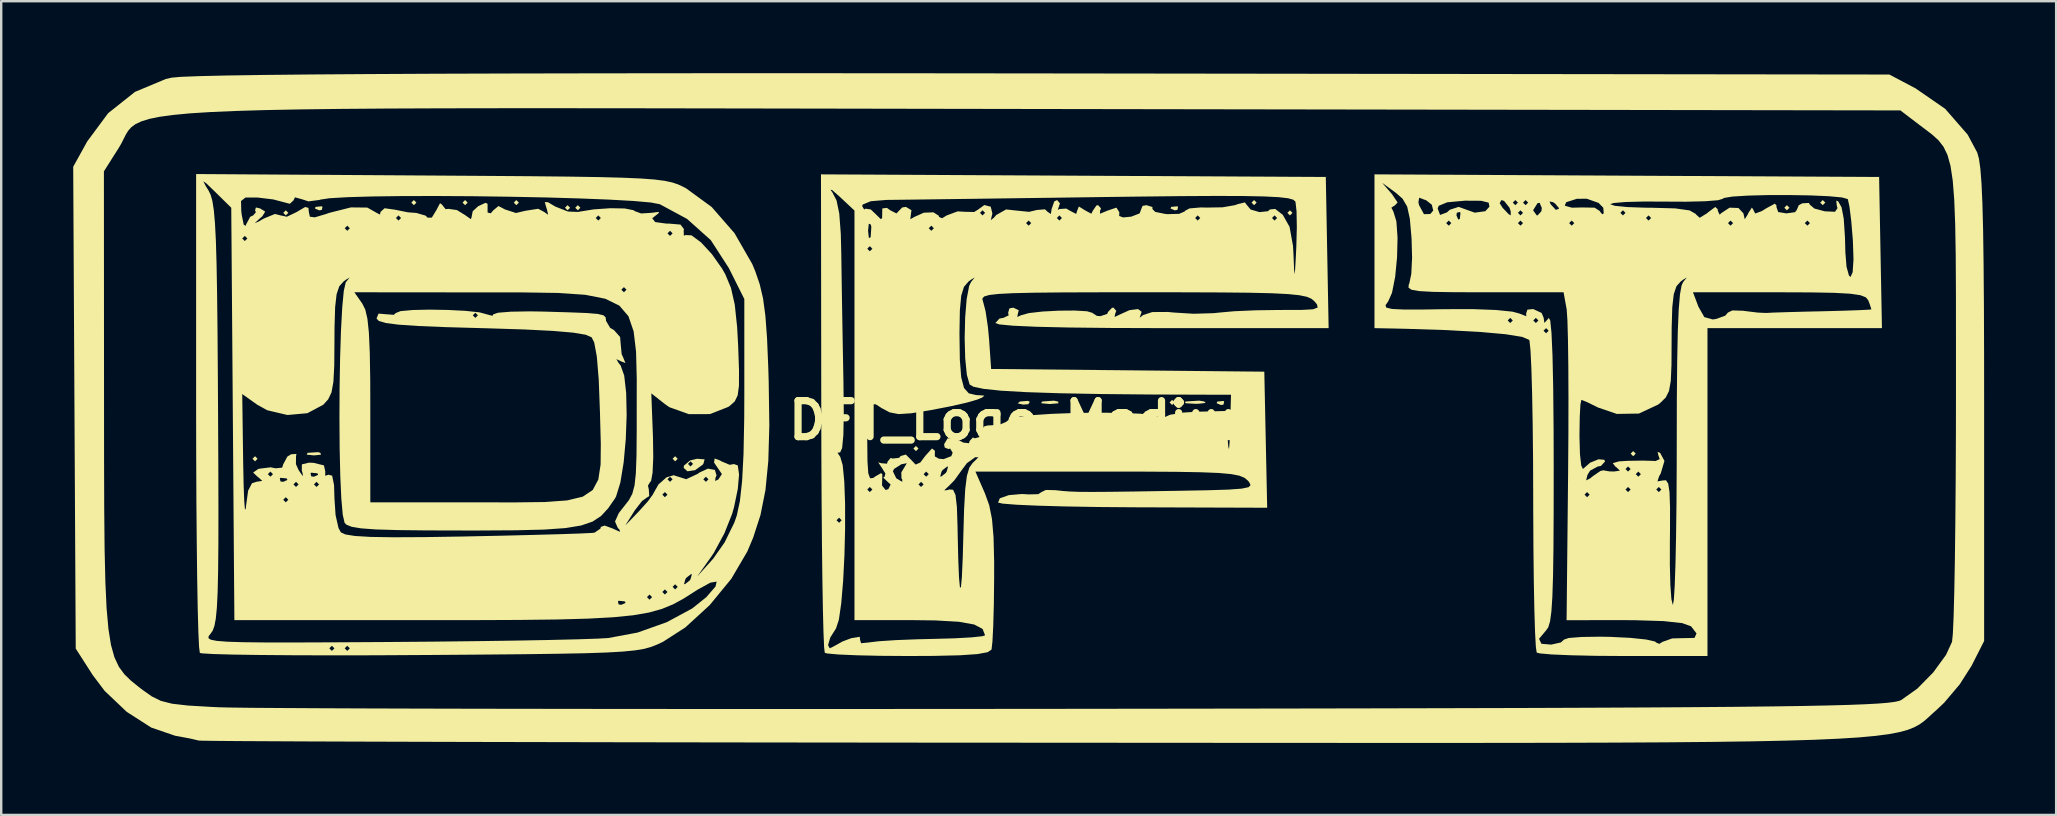
<source format=kicad_pcb>
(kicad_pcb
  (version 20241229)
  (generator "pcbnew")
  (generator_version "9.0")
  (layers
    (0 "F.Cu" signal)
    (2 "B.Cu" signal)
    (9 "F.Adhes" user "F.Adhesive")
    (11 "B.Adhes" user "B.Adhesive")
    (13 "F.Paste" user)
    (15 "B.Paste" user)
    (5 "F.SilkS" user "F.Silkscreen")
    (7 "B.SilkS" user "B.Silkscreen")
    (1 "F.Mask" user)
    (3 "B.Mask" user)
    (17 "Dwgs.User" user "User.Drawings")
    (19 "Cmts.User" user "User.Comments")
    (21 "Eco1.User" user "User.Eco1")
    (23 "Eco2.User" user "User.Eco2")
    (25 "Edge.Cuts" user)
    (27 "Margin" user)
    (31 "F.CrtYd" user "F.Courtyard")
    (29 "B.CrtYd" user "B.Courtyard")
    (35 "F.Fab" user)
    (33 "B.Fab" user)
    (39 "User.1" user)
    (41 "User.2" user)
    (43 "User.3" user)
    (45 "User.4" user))
  (footprint "DFT_Logo_Medium"
    (layer "F.Cu")
    (at 39.806 14.463)
    (property "Reference" "DFT_Logo_Medium" (at 0 0 0) (layer "F.SilkS") (effects (font (size 1.5 1.5) (thickness 0.3))))
    (attr board_only exclude_from_pos_files exclude_from_bom)
    (fp_poly (pts (xy -32.124 1.601) (xy -32.23 1.708) (xy -32.337 1.601) (xy -32.23 1.494)) (stroke (width 0) (type solid)) (fill yes) (layer "F.SilkS"))
    (fp_poly (pts (xy -30.843 -8.645) (xy -30.95 -8.538) (xy -31.056 -8.645) (xy -30.95 -8.751)) (stroke (width 0) (type solid)) (fill yes) (layer "F.SilkS"))
    (fp_poly (pts (xy -25.507 -9.071) (xy -25.613 -8.965) (xy -25.72 -9.071) (xy -25.613 -9.178)) (stroke (width 0) (type solid)) (fill yes) (layer "F.SilkS"))
    (fp_poly (pts (xy -23.372 -9.071) (xy -23.479 -8.965) (xy -23.586 -9.071) (xy -23.479 -9.178)) (stroke (width 0) (type solid)) (fill yes) (layer "F.SilkS"))
    (fp_poly (pts (xy -21.238 -9.071) (xy -21.345 -8.965) (xy -21.451 -9.071) (xy -21.345 -9.178)) (stroke (width 0) (type solid)) (fill yes) (layer "F.SilkS"))
    (fp_poly (pts (xy -19.103 -8.858) (xy -19.21 -8.751) (xy -19.317 -8.858) (xy -19.21 -8.965)) (stroke (width 0) (type solid)) (fill yes) (layer "F.SilkS"))
    (fp_poly (pts (xy -18.676 -8.858) (xy -18.783 -8.751) (xy -18.89 -8.858) (xy -18.783 -8.965)) (stroke (width 0) (type solid)) (fill yes) (layer "F.SilkS"))
    (fp_poly (pts (xy -14.621 1.601) (xy -14.728 1.708) (xy -14.834 1.601) (xy -14.728 1.494)) (stroke (width 0) (type solid)) (fill yes) (layer "F.SilkS"))
    (fp_poly (pts (xy -4.589 1.174) (xy -4.696 1.281) (xy -4.803 1.174) (xy -4.696 1.067)) (stroke (width 0) (type solid)) (fill yes) (layer "F.SilkS"))
    (fp_poly (pts (xy 6.083 -0.747) (xy 5.976 -0.64) (xy 5.87 -0.747) (xy 5.976 -0.854)) (stroke (width 0) (type solid)) (fill yes) (layer "F.SilkS"))
    (fp_poly (pts (xy 9.498 -9.071) (xy 9.392 -8.965) (xy 9.285 -9.071) (xy 9.392 -9.178)) (stroke (width 0) (type solid)) (fill yes) (layer "F.SilkS"))
    (fp_poly (pts (xy 10.992 -8.645) (xy 10.886 -8.538) (xy 10.779 -8.645) (xy 10.886 -8.751)) (stroke (width 0) (type solid)) (fill yes) (layer "F.SilkS"))
    (fp_poly (pts (xy 25.293 1.387) (xy 25.187 1.494) (xy 25.08 1.387) (xy 25.187 1.281)) (stroke (width 0) (type solid)) (fill yes) (layer "F.SilkS"))
    (fp_poly (pts (xy 31.697 -8.858) (xy 31.59 -8.751) (xy 31.483 -8.858) (xy 31.59 -8.965)) (stroke (width 0) (type solid)) (fill yes) (layer "F.SilkS"))
    (fp_poly (pts (xy 33.191 -9.071) (xy 33.084 -8.965) (xy 32.977 -9.071) (xy 33.084 -9.178)) (stroke (width 0) (type solid)) (fill yes) (layer "F.SilkS"))
    (fp_poly (pts (xy -29.509 1.353) (xy -29.482 1.431) (xy -29.776 1.46) (xy -30.079 1.427) (xy -30.042 1.353) (xy -29.605 1.325)) (stroke (width 0) (type solid)) (fill yes) (layer "F.SilkS"))
    (fp_poly (pts (xy -29.42 -8.894) (xy -29.449 -8.767) (xy -29.562 -8.751) (xy -29.738 -8.829) (xy -29.704 -8.894) (xy -29.451 -8.919)) (stroke (width 0) (type solid)) (fill yes) (layer "F.SilkS"))
    (fp_poly (pts (xy 0.049 -0.769) (xy -0.015 -0.672) (xy -0.231 -0.657) (xy -0.459 -0.709) (xy -0.36 -0.786) (xy -0.027 -0.812)) (stroke (width 0) (type solid)) (fill yes) (layer "F.SilkS"))
    (fp_poly (pts (xy 6.225 -8.894) (xy 6.196 -8.767) (xy 6.083 -8.751) (xy 5.908 -8.829) (xy 5.941 -8.894) (xy 6.194 -8.919)) (stroke (width 0) (type solid)) (fill yes) (layer "F.SilkS"))
    (fp_poly (pts (xy 8.146 -0.783) (xy 8.117 -0.656) (xy 8.004 -0.64) (xy 7.829 -0.718) (xy 7.862 -0.783) (xy 8.115 -0.808)) (stroke (width 0) (type solid)) (fill yes) (layer "F.SilkS"))
    (fp_poly (pts (xy 1.231 -0.78) (xy 1.238 -0.71) (xy 0.904 -0.682) (xy 0.854 -0.682) (xy 0.523 -0.713) (xy 0.554 -0.778) (xy 0.591 -0.788) (xy 1.056 -0.82)) (stroke (width 0) (type solid)) (fill yes) (layer "F.SilkS"))
    (fp_poly (pts (xy 7.311 -0.787) (xy 7.377 -0.726) (xy 7.082 -0.692) (xy 6.937 -0.69) (xy 6.549 -0.712) (xy 6.503 -0.768) (xy 6.563 -0.787) (xy 7.105 -0.821)) (stroke (width 0) (type solid)) (fill yes) (layer "F.SilkS"))
    (fp_poly (pts (xy -13.5 1.625) (xy -13.551 1.81) (xy -13.584 1.85) (xy -13.898 2.076) (xy -14.215 2.122) (xy -14.373 1.982) (xy -14.36 1.884) (xy -14.276 1.814) (xy -14.194 1.814) (xy -14.087 1.921) (xy -13.981 1.814) (xy -14.087 1.708) (xy -14.194 1.814) (xy -14.276 1.814) (xy -14.105 1.67) (xy -13.812 1.6)) (stroke (width 0) (type solid)) (fill yes) (layer "F.SilkS"))
    (fp_poly (pts (xy -4.6 -14.46) (xy 0.64 -14.454) (xy 35.859 -14.408) (xy 36.952 -13.831) (xy 38.185 -12.979) (xy 39.12 -11.906) (xy 39.52 -11.159) (xy 39.591 -10.906) (xy 39.65 -10.49) (xy 39.698 -9.878) (xy 39.736 -9.038) (xy 39.765 -7.933) (xy 39.785 -6.532) (xy 39.799 -4.8) (xy 39.806 -2.703) (xy 39.808 -0.64) (xy 39.808 9.192) (xy 39.282 10.229) (xy 38.789 11.001) (xy 38.145 11.762) (xy 37.851 12.041) (xy 37.65 12.221) (xy 37.473 12.385) (xy 37.302 12.533) (xy 37.115 12.668) (xy 36.894 12.788) (xy 36.619 12.896) (xy 36.269 12.991) (xy 35.827 13.075) (xy 35.271 13.147) (xy 34.582 13.21) (xy 33.74 13.263) (xy 32.727 13.308) (xy 31.521 13.344) (xy 30.104 13.374) (xy 28.456 13.397) (xy 26.557 13.414) (xy 24.387 13.426) (xy 21.927 13.434) (xy 19.157 13.438) (xy 16.058 13.439) (xy 12.609 13.438) (xy 8.792 13.436) (xy 4.585 13.433) (xy 0.224 13.43) (xy -3.587 13.428) (xy -7.284 13.424) (xy -10.842 13.42) (xy -14.241 13.415) (xy -17.456 13.41) (xy -20.466 13.404) (xy -23.248 13.398) (xy -25.779 13.391) (xy -28.037 13.384) (xy -29.998 13.377) (xy -31.641 13.369) (xy -32.943 13.362) (xy -33.88 13.354) (xy -34.431 13.346) (xy -34.578 13.34) (xy -34.918 13.259) (xy -35.472 13.155) (xy -35.561 13.14) (xy -36.557 12.798) (xy -37.576 12.145) (xy -38.495 11.272) (xy -38.991 10.615) (xy -39.701 9.509) (xy -39.754 -0.528) (xy -39.805 -10.375) (xy -38.527 -10.375) (xy -38.522 -0.759) (xy -38.52 1.659) (xy -38.514 3.688) (xy -38.498 5.368) (xy -38.466 6.737) (xy -38.415 7.833) (xy -38.338 8.695) (xy -38.231 9.363) (xy -38.088 9.873) (xy -37.904 10.266) (xy -37.674 10.579) (xy -37.393 10.852) (xy -37.055 11.123) (xy -36.914 11.231) (xy -36.527 11.504) (xy -36.151 11.688) (xy -35.683 11.806) (xy -35.02 11.882) (xy -34.061 11.938) (xy -33.742 11.953) (xy -33.263 11.965) (xy -32.382 11.976) (xy -31.123 11.985) (xy -29.513 11.994) (xy -27.576 12.002) (xy -25.337 12.009) (xy -22.821 12.015) (xy -20.053 12.019) (xy -17.058 12.023) (xy -13.861 12.025) (xy -10.487 12.026) (xy -6.961 12.025) (xy -3.307 12.023) (xy 0.448 12.02) (xy 2.176 12.018) (xy 6.655 12.012) (xy 10.727 12.006) (xy 14.411 11.999) (xy 17.726 11.991) (xy 20.691 11.983) (xy 23.327 11.973) (xy 25.652 11.962) (xy 27.685 11.949) (xy 29.446 11.935) (xy 30.955 11.918) (xy 32.231 11.9) (xy 33.293 11.878) (xy 34.16 11.855) (xy 34.853 11.828) (xy 35.389 11.799) (xy 35.789 11.766) (xy 36.072 11.73) (xy 36.258 11.69) (xy 36.349 11.655) (xy 37.02 11.18) (xy 37.687 10.502) (xy 38.22 9.771) (xy 38.47 9.228) (xy 38.504 8.898) (xy 38.536 8.187) (xy 38.564 7.141) (xy 38.589 5.807) (xy 38.608 4.231) (xy 38.623 2.458) (xy 38.632 0.534) (xy 38.634 -0.97) (xy 38.634 -3.312) (xy 38.633 -5.267) (xy 38.624 -6.873) (xy 38.602 -8.171) (xy 38.562 -9.198) (xy 38.499 -9.996) (xy 38.407 -10.602) (xy 38.281 -11.056) (xy 38.116 -11.398) (xy 37.907 -11.667) (xy 37.647 -11.902) (xy 37.333 -12.143) (xy 37.107 -12.312) (xy 36.319 -12.913) (xy 0.444 -12.972) (xy -4.243 -12.98) (xy -8.522 -12.988) (xy -12.412 -12.995) (xy -15.931 -13.001) (xy -19.1 -13.004) (xy -21.937 -13.004) (xy -24.46 -13) (xy -26.689 -12.991) (xy -28.643 -12.976) (xy -30.34 -12.955) (xy -31.8 -12.927) (xy -33.042 -12.89) (xy -34.084 -12.845) (xy -34.946 -12.79) (xy -35.646 -12.724) (xy -36.203 -12.648) (xy -36.637 -12.559) (xy -36.966 -12.457) (xy -37.21 -12.342) (xy -37.386 -12.212) (xy -37.515 -12.067) (xy -37.614 -11.906) (xy -37.704 -11.728) (xy -37.803 -11.532) (xy -37.908 -11.352) (xy -38.527 -10.375) (xy -39.805 -10.375) (xy -39.806 -10.566) (xy -39.22 -11.624) (xy -38.35 -12.798) (xy -37.232 -13.685) (xy -35.946 -14.223) (xy -35.703 -14.278) (xy -35.331 -14.311) (xy -34.565 -14.341) (xy -33.401 -14.368) (xy -31.836 -14.391) (xy -29.87 -14.411) (xy -27.497 -14.427) (xy -24.717 -14.441) (xy -21.526 -14.451) (xy -17.921 -14.458) (xy -13.901 -14.462) (xy -9.461 -14.463)) (stroke (width 0) (type solid)) (fill yes) (layer "F.SilkS"))
    (fp_poly (pts (xy 24.92 -10.194) (xy 35.432 -10.139) (xy 35.491 -6.99) (xy 35.55 -3.842) (xy 31.916 -3.842) (xy 28.282 -3.842) (xy 28.282 2.988) (xy 28.282 9.818) (xy 24.795 9.818) (xy 23.616 9.81) (xy 22.59 9.787) (xy 21.791 9.753) (xy 21.294 9.709) (xy 21.167 9.676) (xy 21.131 9.435) (xy 21.098 8.82) (xy 21.069 7.887) (xy 21.046 6.689) (xy 21.03 5.282) (xy 21.022 3.717) (xy 21.021 3.219) (xy 21.015 1.612) (xy 20.999 0.137) (xy 20.975 -1.148) (xy 20.944 -2.189) (xy 20.907 -2.93) (xy 20.866 -3.316) (xy 20.854 -3.353) (xy 20.562 -3.477) (xy 19.873 -3.588) (xy 18.814 -3.683) (xy 17.861 -3.735) (xy 21.451 -3.735) (xy 21.558 -3.629) (xy 21.665 -3.735) (xy 21.558 -3.842) (xy 21.451 -3.735) (xy 17.861 -3.735) (xy 17.416 -3.76) (xy 15.705 -3.815) (xy 15.208 -3.826) (xy 14.408 -3.842) (xy 14.408 -4.162) (xy 19.957 -4.162) (xy 20.064 -4.055) (xy 20.171 -4.162) (xy 21.024 -4.162) (xy 21.131 -4.055) (xy 21.238 -4.162) (xy 21.131 -4.269) (xy 21.024 -4.162) (xy 20.171 -4.162) (xy 20.064 -4.269) (xy 19.957 -4.162) (xy 14.408 -4.162) (xy 14.408 -7.046) (xy 14.408 -9.896) (xy 14.728 -9.896) (xy 15.134 -9.43) (xy 15.371 -9.078) (xy 15.268 -8.965) (xy 15.112 -8.861) (xy 15.196 -8.698) (xy 15.321 -8.292) (xy 15.369 -7.61) (xy 15.349 -6.792) (xy 15.27 -5.979) (xy 15.138 -5.313) (xy 14.975 -4.947) (xy 14.867 -4.798) (xy 14.9 -4.698) (xy 15.135 -4.641) (xy 15.632 -4.617) (xy 16.45 -4.618) (xy 17.331 -4.632) (xy 18.505 -4.634) (xy 19.471 -4.598) (xy 20.153 -4.529) (xy 20.438 -4.453) (xy 20.734 -4.338) (xy 20.725 -4.448) (xy 20.779 -4.613) (xy 21.02 -4.637) (xy 21.371 -4.475) (xy 21.455 -4.277) (xy 21.487 -4.059) (xy 21.632 -4.218) (xy 21.665 -4.269) (xy 21.73 -4.167) (xy 21.783 -3.643) (xy 21.825 -2.703) (xy 21.854 -1.352) (xy 21.871 0.404) (xy 21.875 1.948) (xy 21.873 3.83) (xy 21.865 5.329) (xy 21.847 6.49) (xy 21.819 7.355) (xy 21.778 7.97) (xy 21.722 8.379) (xy 21.648 8.625) (xy 21.558 8.751) (xy 21.264 9.103) (xy 21.364 9.309) (xy 21.771 9.343) (xy 22.173 9.253) (xy 22.305 9.134) (xy 22.502 9.067) (xy 23.031 9.025) (xy 23.796 9.013) (xy 24.226 9.02) (xy 25.072 9.062) (xy 25.728 9.131) (xy 26.099 9.215) (xy 26.147 9.258) (xy 26.274 9.312) (xy 26.414 9.226) (xy 26.813 9.085) (xy 27.268 9.074) (xy 27.74 9.064) (xy 27.825 8.877) (xy 27.598 8.581) (xy 27.231 8.448) (xy 26.445 8.363) (xy 25.247 8.326) (xy 24.877 8.324) (xy 22.412 8.325) (xy 22.466 3.095) (xy 23.159 3.095) (xy 23.266 3.202) (xy 23.372 3.095) (xy 23.266 2.988) (xy 23.159 3.095) (xy 22.466 3.095) (xy 22.468 2.882) (xy 24.866 2.882) (xy 24.973 2.988) (xy 25.08 2.882) (xy 26.147 2.882) (xy 26.254 2.988) (xy 26.361 2.882) (xy 26.254 2.775) (xy 26.147 2.882) (xy 25.08 2.882) (xy 24.973 2.775) (xy 24.866 2.882) (xy 22.468 2.882) (xy 22.475 2.188) (xy 22.487 0.59) (xy 22.949 0.59) (xy 22.949 0.694) (xy 22.969 1.406) (xy 23.021 1.879) (xy 23.094 2.027) (xy 23.109 2.012) (xy 23.392 1.764) (xy 23.741 1.622) (xy 23.984 1.643) (xy 24.013 1.714) (xy 23.841 1.901) (xy 23.715 1.921) (xy 23.392 2.094) (xy 23.283 2.271) (xy 23.224 2.502) (xy 23.389 2.42) (xy 23.507 2.325) (xy 23.629 2.241) (xy 25.293 2.241) (xy 25.4 2.348) (xy 25.507 2.241) (xy 25.4 2.134) (xy 25.293 2.241) (xy 23.629 2.241) (xy 23.82 2.11) (xy 23.939 2.081) (xy 24.187 2.125) (xy 24.386 2.131) (xy 24.633 2.096) (xy 24.563 2.028) (xy 24.866 2.028) (xy 24.973 2.134) (xy 25.08 2.028) (xy 24.973 1.921) (xy 24.866 2.028) (xy 24.563 2.028) (xy 24.48 1.948) (xy 24.439 1.921) (xy 24.336 1.784) (xy 24.593 1.709) (xy 24.973 1.686) (xy 25.594 1.677) (xy 26.053 1.69) (xy 26.115 1.697) (xy 26.292 1.614) (xy 26.242 1.475) (xy 26.203 1.313) (xy 26.309 1.355) (xy 26.489 1.69) (xy 26.334 2.214) (xy 26.266 2.331) (xy 26.198 2.543) (xy 26.413 2.505) (xy 26.553 2.495) (xy 26.646 2.636) (xy 26.7 2.992) (xy 26.722 3.624) (xy 26.72 4.598) (xy 26.715 5.03) (xy 26.714 6.038) (xy 26.736 6.87) (xy 26.778 7.445) (xy 26.834 7.682) (xy 26.841 7.684) (xy 26.88 7.479) (xy 26.916 6.899) (xy 26.948 5.995) (xy 26.973 4.818) (xy 26.991 3.421) (xy 27 1.854) (xy 27.001 1.11) (xy 27.005 -0.877) (xy 27.02 -2.472) (xy 27.045 -3.709) (xy 27.084 -4.624) (xy 27.136 -5.251) (xy 27.151 -5.336) (xy 27.678 -5.336) (xy 27.906 -4.732) (xy 28.15 -4.302) (xy 28.497 -4.204) (xy 28.635 -4.223) (xy 29.02 -4.359) (xy 29.135 -4.492) (xy 29.319 -4.58) (xy 29.766 -4.566) (xy 29.829 -4.557) (xy 30.373 -4.49) (xy 30.729 -4.474) (xy 30.736 -4.475) (xy 31.03 -4.49) (xy 31.647 -4.51) (xy 32.481 -4.532) (xy 33.03 -4.544) (xy 33.914 -4.567) (xy 34.611 -4.591) (xy 35.031 -4.613) (xy 35.111 -4.625) (xy 35.047 -4.824) (xy 34.982 -4.999) (xy 34.881 -5.124) (xy 34.65 -5.215) (xy 34.229 -5.276) (xy 33.559 -5.313) (xy 32.58 -5.331) (xy 31.265 -5.336) (xy 27.678 -5.336) (xy 27.151 -5.336) (xy 27.204 -5.625) (xy 27.268 -5.763) (xy 27.421 -5.952) (xy 27.279 -5.868) (xy 27.161 -5.78) (xy 26.988 -5.584) (xy 26.877 -5.256) (xy 26.815 -4.712) (xy 26.79 -3.868) (xy 26.787 -3.298) (xy 26.782 -2.304) (xy 26.753 -1.643) (xy 26.679 -1.223) (xy 26.543 -0.951) (xy 26.322 -0.734) (xy 26.225 -0.656) (xy 25.425 -0.283) (xy 24.503 -0.268) (xy 23.721 -0.535) (xy 23.277 -0.755) (xy 23.033 -0.853) (xy 23.028 -0.854) (xy 22.988 -0.658) (xy 22.96 -0.142) (xy 22.949 0.59) (xy 22.487 0.59) (xy 22.487 0.576) (xy 22.49 -0.926) (xy 22.484 -2.258) (xy 22.469 -3.356) (xy 22.447 -4.161) (xy 22.417 -4.609) (xy 22.412 -4.642) (xy 22.286 -5.336) (xy 18.979 -5.336) (xy 17.727 -5.339) (xy 16.844 -5.353) (xy 16.272 -5.385) (xy 15.951 -5.441) (xy 15.826 -5.529) (xy 15.836 -5.656) (xy 15.861 -5.71) (xy 15.942 -6.104) (xy 15.975 -6.776) (xy 15.953 -7.577) (xy 15.897 -8.218) (xy 17.396 -8.218) (xy 17.503 -8.111) (xy 17.609 -8.218) (xy 20.384 -8.218) (xy 20.491 -8.111) (xy 20.597 -8.218) (xy 22.518 -8.218) (xy 22.625 -8.111) (xy 22.732 -8.218) (xy 29.135 -8.218) (xy 29.242 -8.111) (xy 29.349 -8.218) (xy 32.337 -8.218) (xy 32.444 -8.111) (xy 32.55 -8.218) (xy 32.444 -8.324) (xy 32.337 -8.218) (xy 29.349 -8.218) (xy 29.242 -8.324) (xy 29.135 -8.218) (xy 22.732 -8.218) (xy 22.625 -8.324) (xy 22.518 -8.218) (xy 20.597 -8.218) (xy 20.491 -8.324) (xy 20.384 -8.218) (xy 17.609 -8.218) (xy 17.503 -8.324) (xy 17.396 -8.218) (xy 15.897 -8.218) (xy 15.882 -8.394) (xy 15.851 -8.538) (xy 17.823 -8.538) (xy 17.901 -8.362) (xy 17.965 -8.396) (xy 17.969 -8.431) (xy 25.72 -8.431) (xy 25.827 -8.324) (xy 25.934 -8.431) (xy 25.827 -8.538) (xy 25.72 -8.431) (xy 17.969 -8.431) (xy 17.991 -8.649) (xy 17.965 -8.68) (xy 17.838 -8.651) (xy 17.823 -8.538) (xy 15.851 -8.538) (xy 15.77 -8.907) (xy 15.664 -9.087) (xy 16.238 -9.087) (xy 16.268 -8.961) (xy 16.47 -8.59) (xy 16.733 -8.597) (xy 16.856 -8.741) (xy 16.835 -8.826) (xy 17.04 -8.826) (xy 17.141 -8.558) (xy 17.425 -8.664) (xy 17.548 -8.775) (xy 17.915 -8.894) (xy 18.067 -8.839) (xy 18.586 -8.653) (xy 19.025 -8.714) (xy 19.197 -8.9) (xy 19.169 -9.051) (xy 19.624 -9.051) (xy 19.744 -8.858) (xy 19.996 -8.593) (xy 20.083 -8.538) (xy 20.085 -8.645) (xy 20.384 -8.645) (xy 20.491 -8.538) (xy 20.597 -8.645) (xy 20.503 -8.739) (xy 21.024 -8.739) (xy 21.168 -8.542) (xy 21.202 -8.538) (xy 21.361 -8.711) (xy 21.38 -8.849) (xy 21.288 -9.064) (xy 21.202 -9.049) (xy 21.026 -8.768) (xy 21.024 -8.739) (xy 20.503 -8.739) (xy 20.491 -8.751) (xy 20.384 -8.645) (xy 20.085 -8.645) (xy 20.085 -8.699) (xy 20.034 -8.858) (xy 19.865 -9.071) (xy 20.171 -9.071) (xy 20.277 -8.965) (xy 20.384 -9.071) (xy 20.597 -9.071) (xy 20.704 -8.965) (xy 20.811 -9.071) (xy 20.765 -9.117) (xy 21.699 -9.117) (xy 21.751 -8.998) (xy 21.966 -8.769) (xy 22.09 -8.816) (xy 22.092 -8.845) (xy 22.009 -8.944) (xy 22.337 -8.944) (xy 22.633 -8.86) (xy 23.052 -8.87) (xy 23.58 -8.861) (xy 23.798 -8.72) (xy 23.799 -8.705) (xy 23.899 -8.584) (xy 23.959 -8.626) (xy 23.958 -8.645) (xy 24.653 -8.645) (xy 24.76 -8.538) (xy 24.866 -8.645) (xy 24.76 -8.751) (xy 24.653 -8.645) (xy 23.958 -8.645) (xy 23.941 -8.857) (xy 23.797 -9.006) (xy 24.226 -9.006) (xy 24.423 -8.938) (xy 24.946 -8.886) (xy 25.696 -8.86) (xy 25.961 -8.858) (xy 26.939 -8.831) (xy 27.536 -8.747) (xy 27.793 -8.6) (xy 27.801 -8.582) (xy 27.957 -8.44) (xy 28.258 -8.624) (xy 28.308 -8.668) (xy 28.606 -8.89) (xy 28.708 -8.797) (xy 28.712 -8.731) (xy 28.787 -8.57) (xy 28.872 -8.645) (xy 29.203 -8.861) (xy 29.572 -8.847) (xy 29.784 -8.618) (xy 29.791 -8.567) (xy 29.834 -8.378) (xy 29.96 -8.578) (xy 29.989 -8.645) (xy 30.133 -8.866) (xy 30.188 -8.78) (xy 30.269 -8.618) (xy 30.544 -8.718) (xy 30.73 -8.834) (xy 31.091 -9.029) (xy 31.163 -8.94) (xy 31.15 -8.901) (xy 31.229 -8.679) (xy 31.57 -8.623) (xy 31.931 -8.673) (xy 32.004 -8.772) (xy 32.085 -8.962) (xy 32.231 -9.042) (xy 32.506 -9.058) (xy 32.55 -8.982) (xy 32.735 -8.825) (xy 33.169 -8.709) (xy 33.595 -8.69) (xy 33.698 -8.84) (xy 33.668 -8.952) (xy 33.648 -9.157) (xy 33.726 -9.125) (xy 33.867 -8.88) (xy 33.958 -8.405) (xy 34.01 -7.623) (xy 34.027 -6.99) (xy 34.075 -6.399) (xy 34.176 -6.034) (xy 34.243 -5.976) (xy 34.33 -6.173) (xy 34.365 -6.702) (xy 34.34 -7.47) (xy 34.338 -7.51) (xy 34.273 -8.288) (xy 34.199 -8.896) (xy 34.131 -9.209) (xy 34.127 -9.218) (xy 33.888 -9.287) (xy 33.334 -9.338) (xy 32.563 -9.372) (xy 31.677 -9.387) (xy 30.774 -9.385) (xy 29.955 -9.363) (xy 29.318 -9.323) (xy 28.963 -9.264) (xy 28.922 -9.232) (xy 28.723 -9.171) (xy 28.184 -9.128) (xy 27.39 -9.109) (xy 26.574 -9.113) (xy 25.631 -9.117) (xy 24.868 -9.097) (xy 24.373 -9.055) (xy 24.226 -9.006) (xy 23.797 -9.006) (xy 23.745 -9.059) (xy 23.251 -9.234) (xy 22.838 -9.23) (xy 22.393 -9.087) (xy 22.337 -8.944) (xy 22.009 -8.944) (xy 21.94 -9.026) (xy 21.845 -9.092) (xy 21.699 -9.117) (xy 20.765 -9.117) (xy 20.704 -9.178) (xy 20.597 -9.071) (xy 20.384 -9.071) (xy 20.277 -9.178) (xy 20.171 -9.071) (xy 19.865 -9.071) (xy 19.81 -9.141) (xy 19.695 -9.178) (xy 19.624 -9.051) (xy 19.169 -9.051) (xy 19.165 -9.07) (xy 18.854 -9.148) (xy 18.192 -9.152) (xy 18.174 -9.152) (xy 17.439 -9.085) (xy 17.086 -8.939) (xy 17.04 -8.826) (xy 16.835 -8.826) (xy 16.796 -8.984) (xy 16.569 -9.164) (xy 16.271 -9.277) (xy 16.238 -9.087) (xy 15.664 -9.087) (xy 15.576 -9.238) (xy 15.293 -9.484) (xy 14.728 -9.896) (xy 14.408 -9.896) (xy 14.408 -10.249)) (stroke (width 0) (type solid)) (fill yes) (layer "F.SilkS"))
    (fp_poly (pts (xy 1.864 -10.194) (xy 12.38 -10.139) (xy 12.439 -6.99) (xy 12.498 -3.842) (xy 5.555 -3.842) (xy 3.444 -3.849) (xy 1.697 -3.868) (xy 0.329 -3.899) (xy -0.65 -3.943) (xy -1.225 -3.998) (xy -1.387 -4.055) (xy -1.214 -4.243) (xy -1.055 -4.269) (xy -0.834 -4.372) (xy -0.854 -4.482) (xy -0.803 -4.663) (xy -0.64 -4.696) (xy -0.413 -4.588) (xy -0.447 -4.449) (xy -0.475 -4.306) (xy -0.311 -4.381) (xy 0.014 -4.47) (xy 0.581 -4.534) (xy 1.259 -4.57) (xy 1.92 -4.575) (xy 2.432 -4.545) (xy 2.665 -4.476) (xy 2.668 -4.465) (xy 2.842 -4.354) (xy 2.988 -4.34) (xy 3.273 -4.436) (xy 3.308 -4.518) (xy 3.473 -4.689) (xy 3.534 -4.696) (xy 3.652 -4.561) (xy 3.608 -4.449) (xy 3.579 -4.306) (xy 3.756 -4.39) (xy 4.2 -4.591) (xy 4.56 -4.637) (xy 4.707 -4.522) (xy 4.677 -4.43) (xy 4.624 -4.275) (xy 4.775 -4.39) (xy 5.151 -4.512) (xy 5.802 -4.516) (xy 6.034 -4.493) (xy 6.873 -4.441) (xy 7.718 -4.466) (xy 7.917 -4.488) (xy 8.564 -4.546) (xy 9.456 -4.585) (xy 10.412 -4.599) (xy 10.516 -4.599) (xy 11.36 -4.6) (xy 11.846 -4.627) (xy 12.041 -4.698) (xy 12.014 -4.83) (xy 11.904 -4.963) (xy 11.78 -5.067) (xy 11.587 -5.149) (xy 11.279 -5.213) (xy 10.81 -5.261) (xy 10.135 -5.295) (xy 9.21 -5.317) (xy 7.988 -5.329) (xy 6.424 -5.335) (xy 4.747 -5.336) (xy 2.861 -5.335) (xy 1.36 -5.33) (xy 0.202 -5.318) (xy -0.656 -5.298) (xy -1.256 -5.267) (xy -1.639 -5.223) (xy -1.848 -5.163) (xy -1.926 -5.084) (xy -1.913 -4.985) (xy -1.903 -4.963) (xy -1.795 -4.549) (xy -1.696 -3.881) (xy -1.648 -3.365) (xy -1.563 -2.141) (xy 4.128 -2.085) (xy 9.818 -2.028) (xy 9.878 0.807) (xy 9.938 3.641) (xy 4.386 3.622) (xy 2.89 3.61) (xy 1.538 3.587) (xy 0.388 3.555) (xy -0.502 3.515) (xy -1.076 3.47) (xy -1.274 3.426) (xy -1.201 3.247) (xy -0.828 3.116) (xy -0.284 3.068) (xy 0.003 3.085) (xy 0.401 3.076) (xy 0.534 2.988) (xy 0.715 2.9) (xy 1.121 2.909) (xy 1.404 2.941) (xy 1.707 2.964) (xy 2.093 2.978) (xy 2.629 2.982) (xy 3.379 2.977) (xy 4.408 2.964) (xy 5.781 2.942) (xy 6.228 2.935) (xy 7.462 2.912) (xy 8.325 2.885) (xy 8.873 2.845) (xy 9.161 2.785) (xy 9.246 2.697) (xy 9.184 2.571) (xy 9.13 2.508) (xy 8.992 2.393) (xy 8.778 2.305) (xy 8.437 2.239) (xy 7.918 2.192) (xy 7.169 2.162) (xy 6.14 2.144) (xy 4.779 2.136) (xy 3.287 2.134) (xy -2.217 2.134) (xy -1.821 3.042) (xy -1.643 3.535) (xy -1.527 4.113) (xy -1.462 4.871) (xy -1.437 5.906) (xy -1.438 6.617) (xy -1.45 7.659) (xy -1.475 8.555) (xy -1.508 9.214) (xy -1.546 9.544) (xy -1.549 9.552) (xy -1.711 9.66) (xy -2.135 9.738) (xy -2.866 9.788) (xy -3.946 9.813) (xy -5.003 9.818) (xy -6.159 9.81) (xy -7.16 9.788) (xy -7.93 9.754) (xy -8.395 9.712) (xy -8.494 9.684) (xy -8.522 9.45) (xy -8.525 9.363) (xy -8.357 9.363) (xy -8.289 9.498) (xy -8.147 9.43) (xy -7.752 9.211) (xy -7.39 9.075) (xy -7.035 9.018) (xy -7.023 9.144) (xy -6.981 9.285) (xy -6.676 9.255) (xy -6.261 9.204) (xy -5.537 9.156) (xy -4.621 9.12) (xy -4.002 9.106) (xy -3.094 9.081) (xy -2.37 9.041) (xy -1.92 8.992) (xy -1.815 8.954) (xy -1.919 8.69) (xy -2.268 8.506) (xy -2.91 8.391) (xy -3.894 8.335) (xy -4.792 8.324) (xy -7.257 8.324) (xy -7.257 2.882) (xy -6.724 2.882) (xy -6.617 2.988) (xy -6.545 2.916) (xy -3.519 2.916) (xy -3.394 2.908) (xy -3.308 2.88) (xy -3.148 2.891) (xy -3.047 3.108) (xy -2.99 3.601) (xy -2.962 4.442) (xy -2.961 4.534) (xy -2.934 5.748) (xy -2.901 6.559) (xy -2.862 6.963) (xy -2.822 6.956) (xy -2.782 6.533) (xy -2.745 5.691) (xy -2.724 4.909) (xy -2.69 3.712) (xy -2.643 2.87) (xy -2.573 2.313) (xy -2.471 1.969) (xy -2.327 1.767) (xy -2.291 1.736) (xy -2.092 1.538) (xy -2.226 1.536) (xy -2.573 1.784) (xy -2.76 2.036) (xy -3.101 2.507) (xy -3.308 2.717) (xy -3.519 2.916) (xy -6.545 2.916) (xy -6.51 2.882) (xy -6.617 2.775) (xy -6.724 2.882) (xy -7.257 2.882) (xy -7.257 -0.209) (xy -7.257 -0.903) (xy -6.724 -0.903) (xy -6.724 0.855) (xy -6.715 1.711) (xy -6.681 2.208) (xy -6.605 2.414) (xy -6.473 2.399) (xy -6.391 2.338) (xy -6.143 2.196) (xy -6.096 2.258) (xy -6.109 2.714) (xy -5.96 2.901) (xy -5.847 2.867) (xy -5.75 2.675) (xy -5.757 2.668) (xy -4.589 2.668) (xy -4.482 2.775) (xy -4.376 2.668) (xy -4.482 2.561) (xy -4.589 2.668) (xy -5.757 2.668) (xy -5.9 2.538) (xy -6.058 2.381) (xy -6.004 2.351) (xy -5.968 2.215) (xy -6.026 2.122) (xy -5.656 2.122) (xy -5.515 2.414) (xy -5.265 2.561) (xy -5.269 2.453) (xy -5.299 2.421) (xy -5.302 2.241) (xy -4.376 2.241) (xy -4.269 2.348) (xy -4.255 2.334) (xy -3.683 2.334) (xy -3.654 2.348) (xy -3.459 2.198) (xy -3.415 2.134) (xy -3.361 1.935) (xy -3.39 1.921) (xy -3.585 2.071) (xy -3.629 2.134) (xy -3.683 2.334) (xy -4.255 2.334) (xy -4.162 2.241) (xy -4.269 2.134) (xy -4.376 2.241) (xy -5.302 2.241) (xy -5.304 2.165) (xy -5.197 1.989) (xy -5.076 1.785) (xy -5.297 1.829) (xy -5.306 1.832) (xy -5.606 2.023) (xy -5.656 2.122) (xy -6.026 2.122) (xy -6.11 1.987) (xy -6.266 1.75) (xy -6.137 1.786) (xy -5.903 1.805) (xy -5.87 1.708) (xy -5.744 1.563) (xy -5.671 1.592) (xy -5.399 1.562) (xy -5.33 1.485) (xy -5.117 1.425) (xy -4.922 1.619) (xy -4.709 1.842) (xy -4.515 1.757) (xy -4.303 1.477) (xy -4.028 1.172) (xy -3.907 1.264) (xy -3.908 1.502) (xy -3.74 1.598) (xy -3.542 1.616) (xy -3.224 1.492) (xy -3.166 1.351) (xy -3.271 1.174) (xy -3.344 1.196) (xy -3.499 1.13) (xy -3.522 0.992) (xy -3.375 0.746) (xy -2.989 0.788) (xy -2.721 0.926) (xy -2.488 0.953) (xy -2.455 0.854) (xy -2.325 0.715) (xy -2.241 0.747) (xy -2.058 0.699) (xy -2.028 0.546) (xy -1.862 0.255) (xy -1.708 0.213) (xy -1.235 0.188) (xy -0.945 0.067) (xy -0.799 -0.046) (xy -0.491 -0.14) (xy 0.126 -0.215) (xy 0.96 -0.271) (xy 1.92 -0.307) (xy 2.916 -0.32) (xy 3.858 -0.311) (xy 4.654 -0.277) (xy 5.213 -0.219) (xy 5.444 -0.134) (xy 5.446 -0.125) (xy 5.521 -0.017) (xy 5.606 -0.109) (xy 5.891 -0.233) (xy 6.461 -0.325) (xy 6.979 -0.358) (xy 8.196 -0.39) (xy 8.275 0.606) (xy 8.318 1.089) (xy 8.347 1.206) (xy 8.37 0.939) (xy 8.393 0.267) (xy 8.431 -1.067) (xy 7.631 -1.068) (xy 5.11 -1.077) (xy 2.994 -1.097) (xy 1.26 -1.13) (xy -0.115 -1.176) (xy -1.153 -1.236) (xy -1.876 -1.312) (xy -2.306 -1.403) (xy -2.459 -1.494) (xy -2.575 -1.898) (xy -2.643 -2.583) (xy -2.666 -3.422) (xy -2.645 -4.289) (xy -2.582 -5.057) (xy -2.479 -5.601) (xy -2.401 -5.763) (xy -2.248 -5.952) (xy -2.39 -5.868) (xy -2.508 -5.78) (xy -2.695 -5.562) (xy -2.809 -5.195) (xy -2.866 -4.585) (xy -2.882 -3.642) (xy -2.882 -3.62) (xy -2.867 -2.528) (xy -2.81 -1.795) (xy -2.693 -1.35) (xy -2.495 -1.126) (xy -2.197 -1.055) (xy -2.165 -1.054) (xy -1.844 -1.031) (xy -1.936 -0.95) (xy -2.134 -0.868) (xy -2.554 -0.745) (xy -3.246 -0.587) (xy -4.062 -0.429) (xy -4.074 -0.427) (xy -4.89 -0.295) (xy -5.418 -0.261) (xy -5.788 -0.332) (xy -6.129 -0.513) (xy -6.155 -0.53) (xy -6.724 -0.903) (xy -7.257 -0.903) (xy -7.257 -7.15) (xy -6.724 -7.15) (xy -6.617 -7.044) (xy -6.51 -7.15) (xy -6.617 -7.257) (xy -6.724 -7.15) (xy -7.257 -7.15) (xy -7.257 -7.897) (xy -6.69 -7.897) (xy -6.656 -7.594) (xy -6.582 -7.631) (xy -6.558 -8.004) (xy -4.162 -8.004) (xy -4.055 -7.897) (xy -3.949 -8.004) (xy -4.055 -8.111) (xy -4.162 -8.004) (xy -6.558 -8.004) (xy -6.554 -8.068) (xy -6.582 -8.164) (xy -6.66 -8.191) (xy -6.69 -7.897) (xy -7.257 -7.897) (xy -7.257 -8.218) (xy -0.107 -8.218) (xy -0.000001 -8.111) (xy 0.107 -8.218) (xy -0.000001 -8.324) (xy -0.107 -8.218) (xy -7.257 -8.218) (xy -7.257 -8.742) (xy -7.456 -8.928) (xy -6.937 -8.928) (xy -6.852 -8.785) (xy -6.798 -8.819) (xy -6.579 -8.787) (xy -6.368 -8.588) (xy -6.156 -8.381) (xy -6.105 -8.431) (xy -6.097 -8.83) (xy -5.903 -8.851) (xy -5.763 -8.751) (xy -5.506 -8.621) (xy -5.443 -8.69) (xy -5.269 -8.869) (xy -5.114 -8.894) (xy -4.883 -8.756) (xy -4.905 -8.579) (xy -4.931 -8.38) (xy -4.754 -8.479) (xy -4.366 -8.652) (xy -3.967 -8.667) (xy -3.743 -8.524) (xy -3.735 -8.476) (xy -3.606 -8.42) (xy -3.416 -8.537) (xy -3.126 -8.645) (xy -2.028 -8.645) (xy -1.921 -8.538) (xy -1.814 -8.645) (xy -1.921 -8.751) (xy -2.028 -8.645) (xy -3.126 -8.645) (xy -2.957 -8.707) (xy -2.669 -8.69) (xy -2.272 -8.68) (xy -2.122 -8.771) (xy -1.846 -8.971) (xy -1.58 -8.901) (xy -1.511 -8.618) (xy -1.518 -8.591) (xy -1.577 -8.341) (xy -1.462 -8.431) (xy 1.174 -8.431) (xy 1.281 -8.324) (xy 1.387 -8.431) (xy 6.937 -8.431) (xy 7.044 -8.324) (xy 7.15 -8.431) (xy 10.139 -8.431) (xy 10.245 -8.324) (xy 10.352 -8.431) (xy 10.245 -8.538) (xy 10.139 -8.431) (xy 7.15 -8.431) (xy 7.044 -8.538) (xy 6.937 -8.431) (xy 1.387 -8.431) (xy 1.281 -8.538) (xy 1.174 -8.431) (xy -1.462 -8.431) (xy -1.448 -8.443) (xy -1.351 -8.555) (xy -0.939 -8.787) (xy -0.505 -8.74) (xy 0.016 -8.687) (xy 0.343 -8.765) (xy 0.682 -8.792) (xy 0.792 -8.687) (xy 0.925 -8.597) (xy 0.957 -8.805) (xy 1.067 -9.121) (xy 1.187 -9.178) (xy 1.305 -9.039) (xy 1.259 -8.911) (xy 1.213 -8.76) (xy 1.28 -8.803) (xy 1.567 -8.824) (xy 1.741 -8.723) (xy 1.978 -8.6) (xy 2.028 -8.751) (xy 2.092 -8.91) (xy 2.347 -8.752) (xy 2.348 -8.751) (xy 2.613 -8.608) (xy 2.668 -8.725) (xy 2.824 -8.953) (xy 2.894 -8.965) (xy 3.015 -8.831) (xy 2.975 -8.73) (xy 2.972 -8.608) (xy 3.283 -8.737) (xy 3.658 -8.863) (xy 3.779 -8.667) (xy 3.771 -8.516) (xy 3.937 -8.454) (xy 4.277 -8.487) (xy 4.626 -8.624) (xy 4.681 -8.776) (xy 4.745 -8.936) (xy 4.909 -8.965) (xy 5.157 -8.888) (xy 5.156 -8.805) (xy 5.273 -8.685) (xy 5.69 -8.6) (xy 5.784 -8.591) (xy 6.268 -8.604) (xy 6.505 -8.705) (xy 6.51 -8.726) (xy 6.7 -8.83) (xy 7.176 -8.871) (xy 7.417 -8.865) (xy 8.078 -8.876) (xy 8.603 -8.967) (xy 8.698 -9.004) (xy 9.008 -9.081) (xy 9.071 -8.997) (xy 9.246 -8.785) (xy 9.619 -8.675) (xy 9.968 -8.713) (xy 10.054 -8.787) (xy 10.272 -8.808) (xy 10.588 -8.563) (xy 10.871 -8.062) (xy 11.013 -7.274) (xy 11.035 -6.893) (xy 11.058 -6.308) (xy 11.077 -6.089) (xy 11.1 -6.253) (xy 11.132 -6.818) (xy 11.152 -7.237) (xy 11.173 -8.049) (xy 11.161 -8.714) (xy 11.118 -9.097) (xy 11.112 -9.115) (xy 11.025 -9.193) (xy 10.804 -9.254) (xy 10.41 -9.299) (xy 9.807 -9.329) (xy 8.956 -9.346) (xy 7.818 -9.35) (xy 6.357 -9.342) (xy 4.532 -9.322) (xy 3.044 -9.303) (xy 1.197 -9.277) (xy -0.553 -9.254) (xy -2.151 -9.232) (xy -3.543 -9.214) (xy -4.672 -9.199) (xy -5.485 -9.189) (xy -5.923 -9.184) (xy -6.577 -9.13) (xy -6.91 -8.993) (xy -6.937 -8.928) (xy -7.456 -8.928) (xy -7.889 -9.333) (xy -8.195 -9.6) (xy -8.253 -9.602) (xy -8.177 -9.498) (xy -8.003 -9.161) (xy -7.89 -8.614) (xy -7.827 -7.779) (xy -7.806 -6.937) (xy -7.791 -5.892) (xy -7.77 -4.581) (xy -7.745 -3.163) (xy -7.72 -1.798) (xy -7.717 -1.665) (xy -7.702 -0.328) (xy -7.719 0.605) (xy -7.771 1.154) (xy -7.857 1.342) (xy -7.883 1.335) (xy -7.962 1.352) (xy -7.849 1.522) (xy -7.747 1.869) (xy -7.681 2.547) (xy -7.648 3.462) (xy -7.647 4.52) (xy -7.675 5.628) (xy -7.729 6.691) (xy -7.807 7.615) (xy -7.907 8.307) (xy -8.027 8.672) (xy -8.031 8.677) (xy -8.265 9.048) (xy -8.357 9.363) (xy -8.525 9.363) (xy -8.548 8.831) (xy -8.572 7.871) (xy -8.594 6.613) (xy -8.612 5.098) (xy -8.619 4.162) (xy -8.004 4.162) (xy -7.897 4.269) (xy -7.791 4.162) (xy -7.897 4.055) (xy -8.004 4.162) (xy -8.619 4.162) (xy -8.626 3.37) (xy -8.636 1.471) (xy -8.64 -0.35) (xy -8.652 -10.249)) (stroke (width 0) (type solid)) (fill yes) (layer "F.SilkS"))
    (fp_poly (pts (xy -24.92 -10.2) (xy -22.624 -10.185) (xy -20.715 -10.171) (xy -19.154 -10.155) (xy -17.899 -10.135) (xy -16.913 -10.109) (xy -16.154 -10.076) (xy -15.584 -10.034) (xy -15.162 -9.979) (xy -14.848 -9.911) (xy -14.602 -9.828) (xy -14.386 -9.727) (xy -14.27 -9.666) (xy -13.204 -8.888) (xy -12.254 -7.798) (xy -11.516 -6.514) (xy -11.388 -6.207) (xy -11.202 -5.663) (xy -11.065 -5.076) (xy -10.968 -4.358) (xy -10.899 -3.423) (xy -10.847 -2.182) (xy -10.83 -1.601) (xy -10.804 0.214) (xy -10.846 1.689) (xy -10.965 2.905) (xy -11.173 3.946) (xy -11.48 4.893) (xy -11.723 5.467) (xy -12.388 6.601) (xy -13.288 7.697) (xy -14.303 8.627) (xy -15.229 9.223) (xy -15.479 9.341) (xy -15.73 9.44) (xy -16.023 9.52) (xy -16.401 9.583) (xy -16.906 9.633) (xy -17.579 9.672) (xy -18.463 9.702) (xy -19.6 9.724) (xy -21.031 9.743) (xy -22.798 9.759) (xy -24.945 9.775) (xy -25.299 9.777) (xy -27.228 9.788) (xy -29.024 9.791) (xy -30.642 9.786) (xy -32.039 9.775) (xy -33.168 9.758) (xy -33.985 9.735) (xy -34.445 9.707) (xy -34.53 9.689) (xy -34.555 9.498) (xy -29.135 9.498) (xy -29.029 9.605) (xy -28.922 9.498) (xy -28.495 9.498) (xy -28.388 9.605) (xy -28.282 9.498) (xy -28.388 9.392) (xy -28.495 9.498) (xy -28.922 9.498) (xy -29.029 9.392) (xy -29.135 9.498) (xy -34.555 9.498) (xy -34.562 9.45) (xy -34.591 8.827) (xy -34.618 7.863) (xy -34.641 6.601) (xy -34.659 5.083) (xy -34.674 3.353) (xy -34.682 1.453) (xy -34.685 -0.364) (xy -34.685 -9.959) (xy -34.386 -9.959) (xy -34.282 -9.76) (xy -34.169 -9.578) (xy -34.081 -9.398) (xy -34.007 -9.138) (xy -33.948 -8.759) (xy -33.9 -8.219) (xy -33.862 -7.48) (xy -33.833 -6.5) (xy -33.811 -5.239) (xy -33.793 -3.658) (xy -33.779 -1.715) (xy -33.771 -0.263) (xy -33.76 1.917) (xy -33.756 3.71) (xy -33.758 5.155) (xy -33.769 6.293) (xy -33.789 7.163) (xy -33.821 7.806) (xy -33.865 8.26) (xy -33.923 8.565) (xy -33.996 8.763) (xy -34.083 8.889) (xy -34.163 8.991) (xy -34.172 9.074) (xy -34.073 9.139) (xy -33.825 9.188) (xy -33.391 9.222) (xy -32.731 9.243) (xy -31.807 9.253) (xy -30.58 9.254) (xy -29.012 9.248) (xy -27.064 9.237) (xy -26.612 9.234) (xy -24.765 9.219) (xy -23.003 9.199) (xy -21.383 9.176) (xy -19.963 9.15) (xy -18.802 9.122) (xy -17.957 9.094) (xy -17.512 9.069) (xy -16.293 8.841) (xy -15.077 8.409) (xy -14.017 7.837) (xy -13.428 7.365) (xy -13.045 6.922) (xy -12.999 6.718) (xy -13.263 6.763) (xy -13.816 7.068) (xy -13.94 7.149) (xy -14.388 7.434) (xy -14.821 7.668) (xy -15.283 7.858) (xy -15.821 8.007) (xy -16.479 8.121) (xy -17.303 8.203) (xy -18.337 8.26) (xy -19.627 8.296) (xy -21.218 8.315) (xy -23.155 8.323) (xy -24.957 8.324) (xy -33.091 8.324) (xy -33.097 7.542) (xy -17.111 7.542) (xy -17.082 7.669) (xy -16.969 7.684) (xy -16.793 7.606) (xy -16.827 7.542) (xy -17.08 7.516) (xy -17.111 7.542) (xy -33.097 7.542) (xy -33.098 7.364) (xy -15.902 7.364) (xy -15.795 7.471) (xy -15.688 7.364) (xy -15.795 7.257) (xy -15.902 7.364) (xy -33.098 7.364) (xy -33.1 7.15) (xy -15.261 7.15) (xy -15.155 7.257) (xy -15.048 7.15) (xy -15.155 7.044) (xy -15.261 7.15) (xy -33.1 7.15) (xy -33.102 6.937) (xy -14.834 6.937) (xy -14.728 7.044) (xy -14.621 6.937) (xy -14.728 6.83) (xy -14.834 6.937) (xy -33.102 6.937) (xy -33.103 6.816) (xy -14.355 6.816) (xy -14.326 6.83) (xy -14.131 6.68) (xy -14.087 6.617) (xy -14.033 6.417) (xy -14.062 6.403) (xy -14.257 6.554) (xy -14.301 6.617) (xy -14.355 6.816) (xy -33.103 6.816) (xy -33.156 -0.267) (xy -33.162 -1.096) (xy -32.764 -1.096) (xy -32.725 1.746) (xy -32.706 2.689) (xy -32.681 3.358) (xy -32.651 3.708) (xy -32.619 3.695) (xy -32.607 3.575) (xy -32.57 3.308) (xy -31.056 3.308) (xy -30.95 3.415) (xy -30.843 3.308) (xy -30.95 3.202) (xy -31.056 3.308) (xy -32.57 3.308) (xy -32.518 2.928) (xy -32.383 2.668) (xy -30.629 2.668) (xy -30.523 2.775) (xy -30.416 2.668) (xy -29.776 2.668) (xy -29.669 2.775) (xy -29.562 2.668) (xy -29.669 2.561) (xy -29.776 2.668) (xy -30.416 2.668) (xy -30.523 2.561) (xy -30.629 2.668) (xy -32.383 2.668) (xy -32.358 2.62) (xy -32.165 2.558) (xy -31.928 2.522) (xy -32.041 2.419) (xy -31.199 2.419) (xy -31.169 2.546) (xy -31.056 2.561) (xy -30.881 2.483) (xy -30.914 2.419) (xy -31.167 2.394) (xy -31.199 2.419) (xy -32.041 2.419) (xy -32.091 2.373) (xy -32.118 2.356) (xy -32.24 2.241) (xy -31.697 2.241) (xy -31.59 2.348) (xy -31.483 2.241) (xy -31.59 2.134) (xy -31.697 2.241) (xy -32.24 2.241) (xy -32.31 2.175) (xy -32.109 2.034) (xy -32.064 2.016) (xy -31.578 1.956) (xy -31.376 1.998) (xy -31.101 1.97) (xy -31.056 1.83) (xy -30.884 1.509) (xy -30.725 1.413) (xy -30.505 1.398) (xy -30.523 1.495) (xy -30.527 1.824) (xy -30.411 2.079) (xy -30.239 2.328) (xy -30.246 2.214) (xy -30.248 2.206) (xy -29.918 2.206) (xy -29.889 2.332) (xy -29.776 2.348) (xy -29.6 2.27) (xy -29.633 2.206) (xy -29.887 2.18) (xy -29.918 2.206) (xy -30.248 2.206) (xy -30.283 2.09) (xy -30.279 1.833) (xy -29.982 1.762) (xy -29.793 1.77) (xy -29.361 1.876) (xy -29.306 2.116) (xy -29.306 2.116) (xy -29.305 2.31) (xy -29.172 2.264) (xy -29.018 2.305) (xy -28.939 2.695) (xy -28.922 3.253) (xy -28.875 3.949) (xy -28.753 4.486) (xy -28.655 4.666) (xy -28.465 4.754) (xy -28.067 4.817) (xy -27.42 4.856) (xy -26.479 4.871) (xy -25.202 4.865) (xy -23.545 4.839) (xy -23.372 4.835) (xy -21.941 4.805) (xy -20.646 4.773) (xy -19.551 4.743) (xy -18.718 4.715) (xy -18.211 4.691) (xy -18.089 4.68) (xy -17.841 4.51) (xy -17.823 4.439) (xy -17.665 4.383) (xy -17.342 4.501) (xy -17.029 4.644) (xy -17.04 4.564) (xy -17.12 4.475) (xy -17.233 4.215) (xy -17.075 3.862) (xy -16.853 3.579) (xy -16.654 3.324) (xy -16.513 3.06) (xy -16.42 2.713) (xy -16.365 2.207) (xy -16.338 1.467) (xy -16.329 0.417) (xy -16.329 -0.351) (xy -16.328 -1.748) (xy -16.356 -2.856) (xy -16.457 -3.708) (xy -16.674 -4.339) (xy -17.053 -4.78) (xy -17.638 -5.066) (xy -18.473 -5.231) (xy -19.601 -5.308) (xy -21.069 -5.33) (xy -22.904 -5.331) (xy -28.092 -5.336) (xy -27.76 -4.862) (xy -27.637 -4.614) (xy -27.548 -4.23) (xy -27.487 -3.651) (xy -27.45 -2.814) (xy -27.431 -1.66) (xy -27.428 -0.486) (xy -27.428 3.415) (xy -23.052 3.415) (xy -21.415 3.418) (xy -20.155 3.403) (xy -19.225 3.335) (xy -18.576 3.179) (xy -18.161 2.901) (xy -17.929 2.465) (xy -17.833 1.837) (xy -17.825 0.981) (xy -17.855 -0.137) (xy -17.86 -0.326) (xy -17.911 -1.689) (xy -17.99 -2.652) (xy -18.099 -3.242) (xy -18.206 -3.458) (xy -18.451 -3.566) (xy -18.973 -3.654) (xy -19.809 -3.726) (xy -20.996 -3.786) (xy -22.568 -3.836) (xy -22.796 -3.842) (xy -24.314 -3.885) (xy -25.454 -3.932) (xy -26.262 -3.988) (xy -26.786 -4.056) (xy -27.073 -4.141) (xy -27.17 -4.243) (xy -27.115 -4.376) (xy -23.159 -4.376) (xy -23.052 -4.269) (xy -22.945 -4.376) (xy -23.052 -4.482) (xy -23.159 -4.376) (xy -27.115 -4.376) (xy -27.086 -4.447) (xy -26.796 -4.423) (xy -26.451 -4.397) (xy -26.361 -4.474) (xy -26.167 -4.551) (xy -25.664 -4.597) (xy -24.968 -4.613) (xy -24.194 -4.6) (xy -23.458 -4.562) (xy -22.877 -4.499) (xy -22.572 -4.416) (xy -22.339 -4.355) (xy -22.305 -4.416) (xy -22.107 -4.484) (xy -21.574 -4.527) (xy -20.797 -4.541) (xy -20.224 -4.532) (xy -19.132 -4.5) (xy -18.396 -4.471) (xy -17.946 -4.433) (xy -17.712 -4.376) (xy -17.623 -4.291) (xy -17.609 -4.166) (xy -17.609 -4.149) (xy -17.437 -3.855) (xy -17.275 -3.76) (xy -17.021 -3.472) (xy -17.003 -3.256) (xy -16.957 -2.763) (xy -16.877 -2.582) (xy -16.8 -2.385) (xy -16.989 -2.463) (xy -17.178 -2.552) (xy -17.08 -2.387) (xy -16.999 -2.285) (xy -16.85 -1.867) (xy -16.768 -1.141) (xy -16.748 -0.219) (xy -16.785 0.786) (xy -16.874 1.761) (xy -17.011 2.594) (xy -17.189 3.172) (xy -17.241 3.264) (xy -17.524 3.671) (xy -17.815 3.985) (xy -18.169 4.218) (xy -18.645 4.381) (xy -19.298 4.488) (xy -20.187 4.551) (xy -21.368 4.58) (xy -22.899 4.589) (xy -23.53 4.589) (xy -25.113 4.585) (xy -26.321 4.571) (xy -27.205 4.544) (xy -27.815 4.499) (xy -28.203 4.435) (xy -28.42 4.348) (xy -28.499 4.269) (xy -28.576 3.935) (xy -28.636 3.258) (xy -28.679 2.313) (xy -28.705 1.176) (xy -28.714 -0.076) (xy -28.708 -1.367) (xy -28.686 -2.621) (xy -28.649 -3.763) (xy -28.597 -4.715) (xy -28.532 -5.402) (xy -28.522 -5.443) (xy -16.969 -5.443) (xy -16.862 -5.336) (xy -16.755 -5.443) (xy -16.862 -5.55) (xy -16.969 -5.443) (xy -28.522 -5.443) (xy -28.452 -5.748) (xy -28.442 -5.763) (xy -28.288 -5.952) (xy -28.43 -5.868) (xy -28.548 -5.78) (xy -28.721 -5.585) (xy -28.832 -5.257) (xy -28.894 -4.714) (xy -28.919 -3.872) (xy -28.922 -3.291) (xy -28.93 -2.279) (xy -28.966 -1.601) (xy -29.045 -1.163) (xy -29.185 -0.873) (xy -29.389 -0.649) (xy -30.05 -0.298) (xy -30.88 -0.223) (xy -31.722 -0.421) (xy -32.144 -0.655) (xy -32.764 -1.096) (xy -33.162 -1.096) (xy -33.211 -7.577) (xy -32.764 -7.577) (xy -32.657 -7.471) (xy -32.55 -7.577) (xy -32.657 -7.684) (xy -32.764 -7.577) (xy -33.211 -7.577) (xy -33.213 -7.791) (xy -15.048 -7.791) (xy -14.941 -7.684) (xy -14.834 -7.791) (xy -14.941 -7.897) (xy -15.048 -7.791) (xy -33.213 -7.791) (xy -33.215 -8.004) (xy -28.495 -8.004) (xy -28.388 -7.897) (xy -28.282 -8.004) (xy -28.388 -8.111) (xy -28.495 -8.004) (xy -33.215 -8.004) (xy -33.221 -8.858) (xy -33.507 -9.139) (xy -32.814 -9.139) (xy -32.805 -8.725) (xy -32.784 -8.556) (xy -32.703 -8.159) (xy -32.622 -8.101) (xy -32.602 -8.164) (xy -32.432 -8.481) (xy -32.309 -8.538) (xy -32.195 -8.669) (xy -32.229 -8.749) (xy -32.194 -8.869) (xy -32.022 -8.83) (xy -31.807 -8.698) (xy -31.926 -8.503) (xy -32.064 -8.383) (xy -32.243 -8.215) (xy -32.092 -8.277) (xy -31.868 -8.406) (xy -31.808 -8.431) (xy -26.361 -8.431) (xy -26.254 -8.324) (xy -26.147 -8.431) (xy -26.254 -8.538) (xy -26.361 -8.431) (xy -31.808 -8.431) (xy -31.401 -8.599) (xy -31.163 -8.538) (xy -30.906 -8.484) (xy -30.512 -8.671) (xy -30.143 -8.888) (xy -30.006 -8.854) (xy -29.989 -8.679) (xy -29.945 -8.484) (xy -29.741 -8.458) (xy -29.272 -8.597) (xy -29.122 -8.649) (xy -28.237 -8.872) (xy -27.553 -8.865) (xy -27.164 -8.645) (xy -27.023 -8.574) (xy -27.004 -8.683) (xy -26.834 -8.837) (xy -26.414 -8.779) (xy -25.865 -8.668) (xy -25.507 -8.641) (xy -25.128 -8.531) (xy -25.037 -8.443) (xy -24.865 -8.448) (xy -24.677 -8.756) (xy -24.524 -9.047) (xy -24.453 -9) (xy -24.291 -8.799) (xy -24.173 -8.812) (xy -23.821 -8.762) (xy -23.496 -8.563) (xy -23.239 -8.383) (xy -23.219 -8.431) (xy -18.036 -8.431) (xy -17.929 -8.324) (xy -17.823 -8.431) (xy -17.929 -8.538) (xy -18.036 -8.431) (xy -23.219 -8.431) (xy -23.215 -8.442) (xy -23.162 -8.712) (xy -22.931 -8.924) (xy -22.624 -9.064) (xy -22.543 -9.02) (xy -22.542 -8.658) (xy -22.408 -8.626) (xy -22.318 -8.738) (xy -22.088 -8.93) (xy -21.814 -8.786) (xy -21.359 -8.639) (xy -20.971 -8.731) (xy -20.433 -8.815) (xy -20.185 -8.682) (xy -20.02 -8.566) (xy -20.071 -8.797) (xy -20.084 -8.831) (xy -20.16 -9.094) (xy -20.026 -9.088) (xy -19.723 -8.908) (xy -19.195 -8.7) (xy -18.783 -8.683) (xy -18.129 -8.789) (xy -17.429 -8.838) (xy -16.825 -8.827) (xy -16.459 -8.754) (xy -16.415 -8.719) (xy -16.146 -8.62) (xy -15.729 -8.645) (xy -15.404 -8.685) (xy -15.416 -8.63) (xy -15.421 -8.628) (xy -15.682 -8.419) (xy -15.558 -8.261) (xy -15.093 -8.197) (xy -14.995 -8.198) (xy -14.507 -8.157) (xy -14.363 -7.971) (xy -14.372 -7.897) (xy -14.364 -7.693) (xy -14.3 -7.72) (xy -14.046 -7.708) (xy -13.651 -7.416) (xy -13.199 -6.928) (xy -12.774 -6.325) (xy -12.637 -6.083) (xy -12.402 -5.518) (xy -12.244 -4.822) (xy -12.145 -3.884) (xy -12.101 -3.07) (xy -12.067 -2.087) (xy -12.069 -1.44) (xy -12.123 -1.039) (xy -12.243 -0.792) (xy -12.445 -0.609) (xy -12.511 -0.562) (xy -13.276 -0.261) (xy -14.155 -0.258) (xy -14.965 -0.547) (xy -15.142 -0.669) (xy -15.721 -1.124) (xy -15.651 0.719) (xy -15.64 1.545) (xy -15.668 2.18) (xy -15.73 2.526) (xy -15.764 2.562) (xy -15.861 2.719) (xy -15.824 2.882) (xy -15.808 3.157) (xy -15.884 3.202) (xy -16.112 3.365) (xy -16.416 3.76) (xy -16.434 3.789) (xy -16.802 4.376) (xy -16.241 3.793) (xy -15.864 3.374) (xy -15.661 3.095) (xy -15.261 3.095) (xy -15.155 3.202) (xy -15.048 3.095) (xy -15.155 2.988) (xy -15.261 3.095) (xy -15.661 3.095) (xy -15.65 3.079) (xy -15.636 3.046) (xy -15.423 2.67) (xy -15.179 2.455) (xy -15.048 2.455) (xy -14.941 2.561) (xy -14.834 2.455) (xy -13.554 2.455) (xy -13.447 2.561) (xy -13.34 2.455) (xy -13.447 2.348) (xy -13.554 2.455) (xy -14.834 2.455) (xy -14.941 2.348) (xy -15.048 2.455) (xy -15.179 2.455) (xy -15.086 2.373) (xy -14.782 2.285) (xy -14.743 2.302) (xy -14.267 2.452) (xy -13.783 2.226) (xy -13.727 2.18) (xy -13.363 2.011) (xy -13.073 2.064) (xy -13.003 2.294) (xy -13.05 2.396) (xy -13.061 2.525) (xy -12.928 2.464) (xy -12.781 2.237) (xy -12.895 2.068) (xy -13.106 1.76) (xy -13.082 1.589) (xy -12.847 1.675) (xy -12.816 1.7) (xy -12.453 1.853) (xy -12.282 1.82) (xy -12.119 1.876) (xy -12.065 2.253) (xy -12.118 2.861) (xy -12.273 3.611) (xy -12.352 3.893) (xy -12.677 4.709) (xy -13.116 5.52) (xy -13.229 5.688) (xy -13.813 6.51) (xy -13.143 5.763) (xy -12.666 5.083) (xy -12.263 4.261) (xy -12.159 3.963) (xy -12.03 3.363) (xy -11.938 2.527) (xy -11.879 1.402) (xy -11.85 -0.066) (xy -11.846 -1.072) (xy -11.846 -5.055) (xy -12.49 -6.343) (xy -13.242 -7.507) (xy -14.229 -8.391) (xy -15.368 -9.005) (xy -15.737 -9.076) (xy -16.462 -9.14) (xy -17.478 -9.197) (xy -18.721 -9.246) (xy -20.127 -9.287) (xy -21.631 -9.317) (xy -23.169 -9.338) (xy -24.678 -9.347) (xy -26.092 -9.344) (xy -27.347 -9.328) (xy -28.379 -9.298) (xy -29.125 -9.254) (xy -29.519 -9.195) (xy -29.546 -9.183) (xy -30.008 -9.123) (xy -30.25 -9.204) (xy -30.566 -9.292) (xy -30.629 -9.163) (xy -30.78 -9.023) (xy -31.003 -9.081) (xy -31.471 -9.204) (xy -32.094 -9.28) (xy -32.13 -9.282) (xy -32.626 -9.284) (xy -32.814 -9.139) (xy -33.507 -9.139) (xy -33.871 -9.498) (xy -34.261 -9.875) (xy -34.386 -9.959) (xy -34.685 -9.959) (xy -34.685 -10.262)) (stroke (width 0) (type solid)) (fill yes) (layer "F.SilkS")))
  (gr_rect
    (start -3 -3)
    (end 82.614 30.902)
    (stroke (width 0.1) (type default))
    (fill no)
    (layer "Edge.Cuts")))
</source>
